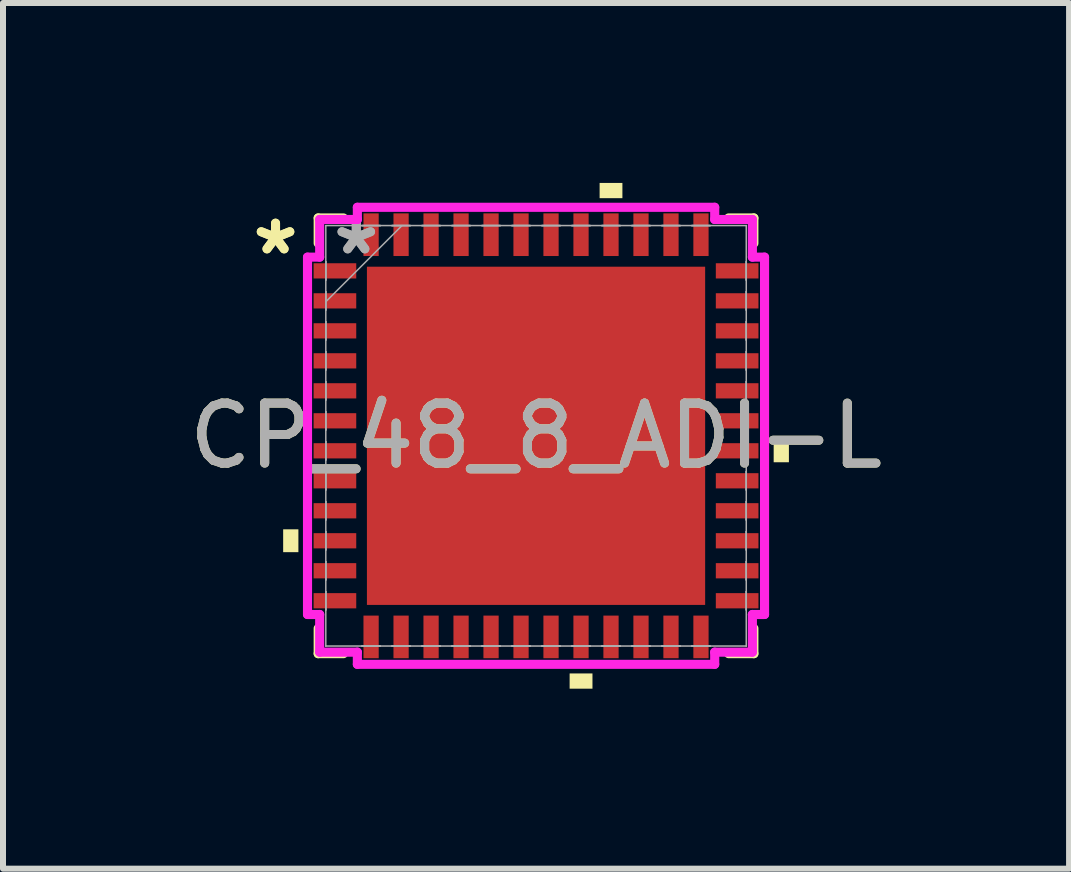
<source format=kicad_pcb>
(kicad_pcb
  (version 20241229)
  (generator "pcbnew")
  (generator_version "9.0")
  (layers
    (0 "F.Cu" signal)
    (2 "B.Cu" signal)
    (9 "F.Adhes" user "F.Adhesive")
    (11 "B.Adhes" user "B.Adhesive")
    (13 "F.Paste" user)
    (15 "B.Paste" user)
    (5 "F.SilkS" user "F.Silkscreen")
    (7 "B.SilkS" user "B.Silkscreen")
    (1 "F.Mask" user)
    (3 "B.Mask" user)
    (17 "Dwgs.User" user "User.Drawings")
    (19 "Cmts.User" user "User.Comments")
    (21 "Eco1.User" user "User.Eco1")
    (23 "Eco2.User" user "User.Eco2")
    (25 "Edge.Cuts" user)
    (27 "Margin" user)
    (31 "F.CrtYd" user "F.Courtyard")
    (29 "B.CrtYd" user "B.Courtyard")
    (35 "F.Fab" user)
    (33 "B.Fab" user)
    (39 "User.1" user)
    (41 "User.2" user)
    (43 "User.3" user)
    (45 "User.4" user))
  (footprint "CP_48_8_ADI-L"
    (layer "F.Cu")
    (at 5.887 4.216)
    (property "Reference" "CP_48_8_ADI-L" (at 0 0 0) (unlocked yes) (layer "F.SilkS") (effects (font (size 1 1) (thickness 0.15))))
    (attr smd)
    (fp_line (start -3.632 -3.632) (end -3.632 -3.21) (stroke (width 0.152) (type solid)) (layer "F.SilkS"))
    (fp_line (start -3.632 3.21) (end -3.632 3.632) (stroke (width 0.152) (type solid)) (layer "F.SilkS"))
    (fp_line (start -3.632 3.632) (end -3.21 3.632) (stroke (width 0.152) (type solid)) (layer "F.SilkS"))
    (fp_line (start -3.21 -3.632) (end -3.632 -3.632) (stroke (width 0.152) (type solid)) (layer "F.SilkS"))
    (fp_line (start 3.21 3.632) (end 3.632 3.632) (stroke (width 0.152) (type solid)) (layer "F.SilkS"))
    (fp_line (start 3.632 -3.632) (end 3.21 -3.632) (stroke (width 0.152) (type solid)) (layer "F.SilkS"))
    (fp_line (start 3.632 -3.21) (end 3.632 -3.632) (stroke (width 0.152) (type solid)) (layer "F.SilkS"))
    (fp_line (start 3.632 3.632) (end 3.632 3.21) (stroke (width 0.152) (type solid)) (layer "F.SilkS"))
    (fp_poly (pts (xy -4.216 1.559) (xy -4.216 1.94) (xy -3.962 1.94) (xy -3.962 1.559)) (stroke (width 0) (type solid)) (fill yes) (layer "F.SilkS"))
    (fp_poly (pts (xy 0.56 3.962) (xy 0.56 4.216) (xy 0.941 4.216) (xy 0.941 3.962)) (stroke (width 0) (type solid)) (fill yes) (layer "F.SilkS"))
    (fp_poly (pts (xy 1.06 -3.962) (xy 1.06 -4.216) (xy 1.44 -4.216) (xy 1.44 -3.962)) (stroke (width 0) (type solid)) (fill yes) (layer "F.SilkS"))
    (fp_poly (pts (xy 4.216 0.059) (xy 4.216 0.441) (xy 3.962 0.441) (xy 3.962 0.059)) (stroke (width 0) (type solid)) (fill yes) (layer "F.SilkS"))
    (fp_poly (pts (xy -2.719 -2.719) (xy -2.719 -1.51) (xy -1.51 -1.51) (xy -1.51 -2.719)) (stroke (width 0) (type solid)) (fill yes) (layer "F.Paste"))
    (fp_poly (pts (xy -2.719 -1.31) (xy -2.719 -0.1) (xy -1.51 -0.1) (xy -1.51 -1.31)) (stroke (width 0) (type solid)) (fill yes) (layer "F.Paste"))
    (fp_poly (pts (xy -2.719 0.1) (xy -2.719 1.31) (xy -1.51 1.31) (xy -1.51 0.1)) (stroke (width 0) (type solid)) (fill yes) (layer "F.Paste"))
    (fp_poly (pts (xy -2.719 1.51) (xy -2.719 2.719) (xy -1.51 2.719) (xy -1.51 1.51)) (stroke (width 0) (type solid)) (fill yes) (layer "F.Paste"))
    (fp_poly (pts (xy -1.31 -2.719) (xy -1.31 -1.51) (xy -0.1 -1.51) (xy -0.1 -2.719)) (stroke (width 0) (type solid)) (fill yes) (layer "F.Paste"))
    (fp_poly (pts (xy -1.31 -1.31) (xy -1.31 -0.1) (xy -0.1 -0.1) (xy -0.1 -1.31)) (stroke (width 0) (type solid)) (fill yes) (layer "F.Paste"))
    (fp_poly (pts (xy -1.31 0.1) (xy -1.31 1.31) (xy -0.1 1.31) (xy -0.1 0.1)) (stroke (width 0) (type solid)) (fill yes) (layer "F.Paste"))
    (fp_poly (pts (xy -1.31 1.51) (xy -1.31 2.719) (xy -0.1 2.719) (xy -0.1 1.51)) (stroke (width 0) (type solid)) (fill yes) (layer "F.Paste"))
    (fp_poly (pts (xy 0.1 -2.719) (xy 0.1 -1.51) (xy 1.31 -1.51) (xy 1.31 -2.719)) (stroke (width 0) (type solid)) (fill yes) (layer "F.Paste"))
    (fp_poly (pts (xy 0.1 -1.31) (xy 0.1 -0.1) (xy 1.31 -0.1) (xy 1.31 -1.31)) (stroke (width 0) (type solid)) (fill yes) (layer "F.Paste"))
    (fp_poly (pts (xy 0.1 0.1) (xy 0.1 1.31) (xy 1.31 1.31) (xy 1.31 0.1)) (stroke (width 0) (type solid)) (fill yes) (layer "F.Paste"))
    (fp_poly (pts (xy 0.1 1.51) (xy 0.1 2.719) (xy 1.31 2.719) (xy 1.31 1.51)) (stroke (width 0) (type solid)) (fill yes) (layer "F.Paste"))
    (fp_poly (pts (xy 1.51 -2.719) (xy 1.51 -1.51) (xy 2.719 -1.51) (xy 2.719 -2.719)) (stroke (width 0) (type solid)) (fill yes) (layer "F.Paste"))
    (fp_poly (pts (xy 1.51 -1.31) (xy 1.51 -0.1) (xy 2.719 -0.1) (xy 2.719 -1.31)) (stroke (width 0) (type solid)) (fill yes) (layer "F.Paste"))
    (fp_poly (pts (xy 1.51 0.1) (xy 1.51 1.31) (xy 2.719 1.31) (xy 2.719 0.1)) (stroke (width 0) (type solid)) (fill yes) (layer "F.Paste"))
    (fp_poly (pts (xy 1.51 1.51) (xy 1.51 2.719) (xy 2.719 2.719) (xy 2.719 1.51)) (stroke (width 0) (type solid)) (fill yes) (layer "F.Paste"))
    (fp_line (start -3.81 -2.979) (end -3.607 -2.979) (stroke (width 0.152) (type solid)) (layer "F.CrtYd"))
    (fp_line (start -3.81 2.979) (end -3.81 -2.979) (stroke (width 0.152) (type solid)) (layer "F.CrtYd"))
    (fp_line (start -3.607 -3.607) (end -2.979 -3.607) (stroke (width 0.152) (type solid)) (layer "F.CrtYd"))
    (fp_line (start -3.607 -2.979) (end -3.607 -3.607) (stroke (width 0.152) (type solid)) (layer "F.CrtYd"))
    (fp_line (start -3.607 2.979) (end -3.81 2.979) (stroke (width 0.152) (type solid)) (layer "F.CrtYd"))
    (fp_line (start -3.607 3.607) (end -3.607 2.979) (stroke (width 0.152) (type solid)) (layer "F.CrtYd"))
    (fp_line (start -2.979 -3.81) (end 2.979 -3.81) (stroke (width 0.152) (type solid)) (layer "F.CrtYd"))
    (fp_line (start -2.979 -3.607) (end -2.979 -3.81) (stroke (width 0.152) (type solid)) (layer "F.CrtYd"))
    (fp_line (start -2.979 3.607) (end -3.607 3.607) (stroke (width 0.152) (type solid)) (layer "F.CrtYd"))
    (fp_line (start -2.979 3.81) (end -2.979 3.607) (stroke (width 0.152) (type solid)) (layer "F.CrtYd"))
    (fp_line (start 2.979 -3.81) (end 2.979 -3.607) (stroke (width 0.152) (type solid)) (layer "F.CrtYd"))
    (fp_line (start 2.979 -3.607) (end 3.607 -3.607) (stroke (width 0.152) (type solid)) (layer "F.CrtYd"))
    (fp_line (start 2.979 3.607) (end 2.979 3.81) (stroke (width 0.152) (type solid)) (layer "F.CrtYd"))
    (fp_line (start 2.979 3.81) (end -2.979 3.81) (stroke (width 0.152) (type solid)) (layer "F.CrtYd"))
    (fp_line (start 3.607 -3.607) (end 3.607 -2.979) (stroke (width 0.152) (type solid)) (layer "F.CrtYd"))
    (fp_line (start 3.607 -2.979) (end 3.81 -2.979) (stroke (width 0.152) (type solid)) (layer "F.CrtYd"))
    (fp_line (start 3.607 2.979) (end 3.607 3.607) (stroke (width 0.152) (type solid)) (layer "F.CrtYd"))
    (fp_line (start 3.607 3.607) (end 2.979 3.607) (stroke (width 0.152) (type solid)) (layer "F.CrtYd"))
    (fp_line (start 3.81 -2.979) (end 3.81 2.979) (stroke (width 0.152) (type solid)) (layer "F.CrtYd"))
    (fp_line (start 3.81 2.979) (end 3.607 2.979) (stroke (width 0.152) (type solid)) (layer "F.CrtYd"))
    (fp_line (start -3.505 -3.505) (end -3.505 -3.505) (stroke (width 0.025) (type solid)) (layer "F.Fab"))
    (fp_line (start -3.505 -3.505) (end -3.505 3.505) (stroke (width 0.025) (type solid)) (layer "F.Fab"))
    (fp_line (start -3.505 -2.902) (end -3.505 -2.902) (stroke (width 0.025) (type solid)) (layer "F.Fab"))
    (fp_line (start -3.505 -2.902) (end -3.505 -2.598) (stroke (width 0.025) (type solid)) (layer "F.Fab"))
    (fp_line (start -3.505 -2.598) (end -3.505 -2.902) (stroke (width 0.025) (type solid)) (layer "F.Fab"))
    (fp_line (start -3.505 -2.598) (end -3.505 -2.598) (stroke (width 0.025) (type solid)) (layer "F.Fab"))
    (fp_line (start -3.505 -2.402) (end -3.505 -2.402) (stroke (width 0.025) (type solid)) (layer "F.Fab"))
    (fp_line (start -3.505 -2.402) (end -3.505 -2.098) (stroke (width 0.025) (type solid)) (layer "F.Fab"))
    (fp_line (start -3.505 -2.235) (end -2.235 -3.505) (stroke (width 0.025) (type solid)) (layer "F.Fab"))
    (fp_line (start -3.505 -2.098) (end -3.505 -2.402) (stroke (width 0.025) (type solid)) (layer "F.Fab"))
    (fp_line (start -3.505 -2.098) (end -3.505 -2.098) (stroke (width 0.025) (type solid)) (layer "F.Fab"))
    (fp_line (start -3.505 -1.902) (end -3.505 -1.902) (stroke (width 0.025) (type solid)) (layer "F.Fab"))
    (fp_line (start -3.505 -1.902) (end -3.505 -1.598) (stroke (width 0.025) (type solid)) (layer "F.Fab"))
    (fp_line (start -3.505 -1.598) (end -3.505 -1.902) (stroke (width 0.025) (type solid)) (layer "F.Fab"))
    (fp_line (start -3.505 -1.598) (end -3.505 -1.598) (stroke (width 0.025) (type solid)) (layer "F.Fab"))
    (fp_line (start -3.505 -1.402) (end -3.505 -1.402) (stroke (width 0.025) (type solid)) (layer "F.Fab"))
    (fp_line (start -3.505 -1.402) (end -3.505 -1.098) (stroke (width 0.025) (type solid)) (layer "F.Fab"))
    (fp_line (start -3.505 -1.098) (end -3.505 -1.402) (stroke (width 0.025) (type solid)) (layer "F.Fab"))
    (fp_line (start -3.505 -1.098) (end -3.505 -1.098) (stroke (width 0.025) (type solid)) (layer "F.Fab"))
    (fp_line (start -3.505 -0.902) (end -3.505 -0.902) (stroke (width 0.025) (type solid)) (layer "F.Fab"))
    (fp_line (start -3.505 -0.902) (end -3.505 -0.598) (stroke (width 0.025) (type solid)) (layer "F.Fab"))
    (fp_line (start -3.505 -0.598) (end -3.505 -0.902) (stroke (width 0.025) (type solid)) (layer "F.Fab"))
    (fp_line (start -3.505 -0.598) (end -3.505 -0.598) (stroke (width 0.025) (type solid)) (layer "F.Fab"))
    (fp_line (start -3.505 -0.402) (end -3.505 -0.402) (stroke (width 0.025) (type solid)) (layer "F.Fab"))
    (fp_line (start -3.505 -0.402) (end -3.505 -0.098) (stroke (width 0.025) (type solid)) (layer "F.Fab"))
    (fp_line (start -3.505 -0.098) (end -3.505 -0.402) (stroke (width 0.025) (type solid)) (layer "F.Fab"))
    (fp_line (start -3.505 -0.098) (end -3.505 -0.098) (stroke (width 0.025) (type solid)) (layer "F.Fab"))
    (fp_line (start -3.505 0.098) (end -3.505 0.098) (stroke (width 0.025) (type solid)) (layer "F.Fab"))
    (fp_line (start -3.505 0.098) (end -3.505 0.402) (stroke (width 0.025) (type solid)) (layer "F.Fab"))
    (fp_line (start -3.505 0.402) (end -3.505 0.098) (stroke (width 0.025) (type solid)) (layer "F.Fab"))
    (fp_line (start -3.505 0.402) (end -3.505 0.402) (stroke (width 0.025) (type solid)) (layer "F.Fab"))
    (fp_line (start -3.505 0.598) (end -3.505 0.598) (stroke (width 0.025) (type solid)) (layer "F.Fab"))
    (fp_line (start -3.505 0.598) (end -3.505 0.902) (stroke (width 0.025) (type solid)) (layer "F.Fab"))
    (fp_line (start -3.505 0.902) (end -3.505 0.598) (stroke (width 0.025) (type solid)) (layer "F.Fab"))
    (fp_line (start -3.505 0.902) (end -3.505 0.902) (stroke (width 0.025) (type solid)) (layer "F.Fab"))
    (fp_line (start -3.505 1.098) (end -3.505 1.098) (stroke (width 0.025) (type solid)) (layer "F.Fab"))
    (fp_line (start -3.505 1.098) (end -3.505 1.402) (stroke (width 0.025) (type solid)) (layer "F.Fab"))
    (fp_line (start -3.505 1.402) (end -3.505 1.098) (stroke (width 0.025) (type solid)) (layer "F.Fab"))
    (fp_line (start -3.505 1.402) (end -3.505 1.402) (stroke (width 0.025) (type solid)) (layer "F.Fab"))
    (fp_line (start -3.505 1.598) (end -3.505 1.598) (stroke (width 0.025) (type solid)) (layer "F.Fab"))
    (fp_line (start -3.505 1.598) (end -3.505 1.902) (stroke (width 0.025) (type solid)) (layer "F.Fab"))
    (fp_line (start -3.505 1.902) (end -3.505 1.598) (stroke (width 0.025) (type solid)) (layer "F.Fab"))
    (fp_line (start -3.505 1.902) (end -3.505 1.902) (stroke (width 0.025) (type solid)) (layer "F.Fab"))
    (fp_line (start -3.505 2.098) (end -3.505 2.098) (stroke (width 0.025) (type solid)) (layer "F.Fab"))
    (fp_line (start -3.505 2.098) (end -3.505 2.402) (stroke (width 0.025) (type solid)) (layer "F.Fab"))
    (fp_line (start -3.505 2.402) (end -3.505 2.098) (stroke (width 0.025) (type solid)) (layer "F.Fab"))
    (fp_line (start -3.505 2.402) (end -3.505 2.402) (stroke (width 0.025) (type solid)) (layer "F.Fab"))
    (fp_line (start -3.505 2.598) (end -3.505 2.598) (stroke (width 0.025) (type solid)) (layer "F.Fab"))
    (fp_line (start -3.505 2.598) (end -3.505 2.902) (stroke (width 0.025) (type solid)) (layer "F.Fab"))
    (fp_line (start -3.505 2.902) (end -3.505 2.598) (stroke (width 0.025) (type solid)) (layer "F.Fab"))
    (fp_line (start -3.505 2.902) (end -3.505 2.902) (stroke (width 0.025) (type solid)) (layer "F.Fab"))
    (fp_line (start -3.505 3.505) (end -3.505 3.505) (stroke (width 0.025) (type solid)) (layer "F.Fab"))
    (fp_line (start -3.505 3.505) (end 3.505 3.505) (stroke (width 0.025) (type solid)) (layer "F.Fab"))
    (fp_line (start -2.902 -3.505) (end -2.902 -3.505) (stroke (width 0.025) (type solid)) (layer "F.Fab"))
    (fp_line (start -2.902 -3.505) (end -2.598 -3.505) (stroke (width 0.025) (type solid)) (layer "F.Fab"))
    (fp_line (start -2.902 3.505) (end -2.902 3.505) (stroke (width 0.025) (type solid)) (layer "F.Fab"))
    (fp_line (start -2.902 3.505) (end -2.598 3.505) (stroke (width 0.025) (type solid)) (layer "F.Fab"))
    (fp_line (start -2.598 -3.505) (end -2.902 -3.505) (stroke (width 0.025) (type solid)) (layer "F.Fab"))
    (fp_line (start -2.598 -3.505) (end -2.598 -3.505) (stroke (width 0.025) (type solid)) (layer "F.Fab"))
    (fp_line (start -2.598 3.505) (end -2.902 3.505) (stroke (width 0.025) (type solid)) (layer "F.Fab"))
    (fp_line (start -2.598 3.505) (end -2.598 3.505) (stroke (width 0.025) (type solid)) (layer "F.Fab"))
    (fp_line (start -2.402 -3.505) (end -2.402 -3.505) (stroke (width 0.025) (type solid)) (layer "F.Fab"))
    (fp_line (start -2.402 -3.505) (end -2.098 -3.505) (stroke (width 0.025) (type solid)) (layer "F.Fab"))
    (fp_line (start -2.402 3.505) (end -2.402 3.505) (stroke (width 0.025) (type solid)) (layer "F.Fab"))
    (fp_line (start -2.402 3.505) (end -2.098 3.505) (stroke (width 0.025) (type solid)) (layer "F.Fab"))
    (fp_line (start -2.098 -3.505) (end -2.402 -3.505) (stroke (width 0.025) (type solid)) (layer "F.Fab"))
    (fp_line (start -2.098 -3.505) (end -2.098 -3.505) (stroke (width 0.025) (type solid)) (layer "F.Fab"))
    (fp_line (start -2.098 3.505) (end -2.402 3.505) (stroke (width 0.025) (type solid)) (layer "F.Fab"))
    (fp_line (start -2.098 3.505) (end -2.098 3.505) (stroke (width 0.025) (type solid)) (layer "F.Fab"))
    (fp_line (start -1.902 -3.505) (end -1.902 -3.505) (stroke (width 0.025) (type solid)) (layer "F.Fab"))
    (fp_line (start -1.902 -3.505) (end -1.598 -3.505) (stroke (width 0.025) (type solid)) (layer "F.Fab"))
    (fp_line (start -1.902 3.505) (end -1.902 3.505) (stroke (width 0.025) (type solid)) (layer "F.Fab"))
    (fp_line (start -1.902 3.505) (end -1.598 3.505) (stroke (width 0.025) (type solid)) (layer "F.Fab"))
    (fp_line (start -1.598 -3.505) (end -1.902 -3.505) (stroke (width 0.025) (type solid)) (layer "F.Fab"))
    (fp_line (start -1.598 -3.505) (end -1.598 -3.505) (stroke (width 0.025) (type solid)) (layer "F.Fab"))
    (fp_line (start -1.598 3.505) (end -1.902 3.505) (stroke (width 0.025) (type solid)) (layer "F.Fab"))
    (fp_line (start -1.598 3.505) (end -1.598 3.505) (stroke (width 0.025) (type solid)) (layer "F.Fab"))
    (fp_line (start -1.402 -3.505) (end -1.402 -3.505) (stroke (width 0.025) (type solid)) (layer "F.Fab"))
    (fp_line (start -1.402 -3.505) (end -1.098 -3.505) (stroke (width 0.025) (type solid)) (layer "F.Fab"))
    (fp_line (start -1.402 3.505) (end -1.402 3.505) (stroke (width 0.025) (type solid)) (layer "F.Fab"))
    (fp_line (start -1.402 3.505) (end -1.098 3.505) (stroke (width 0.025) (type solid)) (layer "F.Fab"))
    (fp_line (start -1.098 -3.505) (end -1.402 -3.505) (stroke (width 0.025) (type solid)) (layer "F.Fab"))
    (fp_line (start -1.098 -3.505) (end -1.098 -3.505) (stroke (width 0.025) (type solid)) (layer "F.Fab"))
    (fp_line (start -1.098 3.505) (end -1.402 3.505) (stroke (width 0.025) (type solid)) (layer "F.Fab"))
    (fp_line (start -1.098 3.505) (end -1.098 3.505) (stroke (width 0.025) (type solid)) (layer "F.Fab"))
    (fp_line (start -0.902 -3.505) (end -0.902 -3.505) (stroke (width 0.025) (type solid)) (layer "F.Fab"))
    (fp_line (start -0.902 -3.505) (end -0.598 -3.505) (stroke (width 0.025) (type solid)) (layer "F.Fab"))
    (fp_line (start -0.902 3.505) (end -0.902 3.505) (stroke (width 0.025) (type solid)) (layer "F.Fab"))
    (fp_line (start -0.902 3.505) (end -0.598 3.505) (stroke (width 0.025) (type solid)) (layer "F.Fab"))
    (fp_line (start -0.598 -3.505) (end -0.902 -3.505) (stroke (width 0.025) (type solid)) (layer "F.Fab"))
    (fp_line (start -0.598 -3.505) (end -0.598 -3.505) (stroke (width 0.025) (type solid)) (layer "F.Fab"))
    (fp_line (start -0.598 3.505) (end -0.902 3.505) (stroke (width 0.025) (type solid)) (layer "F.Fab"))
    (fp_line (start -0.598 3.505) (end -0.598 3.505) (stroke (width 0.025) (type solid)) (layer "F.Fab"))
    (fp_line (start -0.402 -3.505) (end -0.402 -3.505) (stroke (width 0.025) (type solid)) (layer "F.Fab"))
    (fp_line (start -0.402 -3.505) (end -0.098 -3.505) (stroke (width 0.025) (type solid)) (layer "F.Fab"))
    (fp_line (start -0.402 3.505) (end -0.402 3.505) (stroke (width 0.025) (type solid)) (layer "F.Fab"))
    (fp_line (start -0.402 3.505) (end -0.098 3.505) (stroke (width 0.025) (type solid)) (layer "F.Fab"))
    (fp_line (start -0.098 -3.505) (end -0.402 -3.505) (stroke (width 0.025) (type solid)) (layer "F.Fab"))
    (fp_line (start -0.098 -3.505) (end -0.098 -3.505) (stroke (width 0.025) (type solid)) (layer "F.Fab"))
    (fp_line (start -0.098 3.505) (end -0.402 3.505) (stroke (width 0.025) (type solid)) (layer "F.Fab"))
    (fp_line (start -0.098 3.505) (end -0.098 3.505) (stroke (width 0.025) (type solid)) (layer "F.Fab"))
    (fp_line (start 0.098 -3.505) (end 0.098 -3.505) (stroke (width 0.025) (type solid)) (layer "F.Fab"))
    (fp_line (start 0.098 -3.505) (end 0.402 -3.505) (stroke (width 0.025) (type solid)) (layer "F.Fab"))
    (fp_line (start 0.098 3.505) (end 0.098 3.505) (stroke (width 0.025) (type solid)) (layer "F.Fab"))
    (fp_line (start 0.098 3.505) (end 0.402 3.505) (stroke (width 0.025) (type solid)) (layer "F.Fab"))
    (fp_line (start 0.402 -3.505) (end 0.098 -3.505) (stroke (width 0.025) (type solid)) (layer "F.Fab"))
    (fp_line (start 0.402 -3.505) (end 0.402 -3.505) (stroke (width 0.025) (type solid)) (layer "F.Fab"))
    (fp_line (start 0.402 3.505) (end 0.098 3.505) (stroke (width 0.025) (type solid)) (layer "F.Fab"))
    (fp_line (start 0.402 3.505) (end 0.402 3.505) (stroke (width 0.025) (type solid)) (layer "F.Fab"))
    (fp_line (start 0.598 -3.505) (end 0.598 -3.505) (stroke (width 0.025) (type solid)) (layer "F.Fab"))
    (fp_line (start 0.598 -3.505) (end 0.902 -3.505) (stroke (width 0.025) (type solid)) (layer "F.Fab"))
    (fp_line (start 0.598 3.505) (end 0.598 3.505) (stroke (width 0.025) (type solid)) (layer "F.Fab"))
    (fp_line (start 0.598 3.505) (end 0.902 3.505) (stroke (width 0.025) (type solid)) (layer "F.Fab"))
    (fp_line (start 0.902 -3.505) (end 0.598 -3.505) (stroke (width 0.025) (type solid)) (layer "F.Fab"))
    (fp_line (start 0.902 -3.505) (end 0.902 -3.505) (stroke (width 0.025) (type solid)) (layer "F.Fab"))
    (fp_line (start 0.902 3.505) (end 0.598 3.505) (stroke (width 0.025) (type solid)) (layer "F.Fab"))
    (fp_line (start 0.902 3.505) (end 0.902 3.505) (stroke (width 0.025) (type solid)) (layer "F.Fab"))
    (fp_line (start 1.098 -3.505) (end 1.098 -3.505) (stroke (width 0.025) (type solid)) (layer "F.Fab"))
    (fp_line (start 1.098 -3.505) (end 1.402 -3.505) (stroke (width 0.025) (type solid)) (layer "F.Fab"))
    (fp_line (start 1.098 3.505) (end 1.098 3.505) (stroke (width 0.025) (type solid)) (layer "F.Fab"))
    (fp_line (start 1.098 3.505) (end 1.402 3.505) (stroke (width 0.025) (type solid)) (layer "F.Fab"))
    (fp_line (start 1.402 -3.505) (end 1.098 -3.505) (stroke (width 0.025) (type solid)) (layer "F.Fab"))
    (fp_line (start 1.402 -3.505) (end 1.402 -3.505) (stroke (width 0.025) (type solid)) (layer "F.Fab"))
    (fp_line (start 1.402 3.505) (end 1.098 3.505) (stroke (width 0.025) (type solid)) (layer "F.Fab"))
    (fp_line (start 1.402 3.505) (end 1.402 3.505) (stroke (width 0.025) (type solid)) (layer "F.Fab"))
    (fp_line (start 1.598 -3.505) (end 1.598 -3.505) (stroke (width 0.025) (type solid)) (layer "F.Fab"))
    (fp_line (start 1.598 -3.505) (end 1.902 -3.505) (stroke (width 0.025) (type solid)) (layer "F.Fab"))
    (fp_line (start 1.598 3.505) (end 1.598 3.505) (stroke (width 0.025) (type solid)) (layer "F.Fab"))
    (fp_line (start 1.598 3.505) (end 1.902 3.505) (stroke (width 0.025) (type solid)) (layer "F.Fab"))
    (fp_line (start 1.902 -3.505) (end 1.598 -3.505) (stroke (width 0.025) (type solid)) (layer "F.Fab"))
    (fp_line (start 1.902 -3.505) (end 1.902 -3.505) (stroke (width 0.025) (type solid)) (layer "F.Fab"))
    (fp_line (start 1.902 3.505) (end 1.598 3.505) (stroke (width 0.025) (type solid)) (layer "F.Fab"))
    (fp_line (start 1.902 3.505) (end 1.902 3.505) (stroke (width 0.025) (type solid)) (layer "F.Fab"))
    (fp_line (start 2.098 -3.505) (end 2.098 -3.505) (stroke (width 0.025) (type solid)) (layer "F.Fab"))
    (fp_line (start 2.098 -3.505) (end 2.402 -3.505) (stroke (width 0.025) (type solid)) (layer "F.Fab"))
    (fp_line (start 2.098 3.505) (end 2.098 3.505) (stroke (width 0.025) (type solid)) (layer "F.Fab"))
    (fp_line (start 2.098 3.505) (end 2.402 3.505) (stroke (width 0.025) (type solid)) (layer "F.Fab"))
    (fp_line (start 2.402 -3.505) (end 2.098 -3.505) (stroke (width 0.025) (type solid)) (layer "F.Fab"))
    (fp_line (start 2.402 -3.505) (end 2.402 -3.505) (stroke (width 0.025) (type solid)) (layer "F.Fab"))
    (fp_line (start 2.402 3.505) (end 2.098 3.505) (stroke (width 0.025) (type solid)) (layer "F.Fab"))
    (fp_line (start 2.402 3.505) (end 2.402 3.505) (stroke (width 0.025) (type solid)) (layer "F.Fab"))
    (fp_line (start 2.598 -3.505) (end 2.598 -3.505) (stroke (width 0.025) (type solid)) (layer "F.Fab"))
    (fp_line (start 2.598 -3.505) (end 2.902 -3.505) (stroke (width 0.025) (type solid)) (layer "F.Fab"))
    (fp_line (start 2.598 3.505) (end 2.598 3.505) (stroke (width 0.025) (type solid)) (layer "F.Fab"))
    (fp_line (start 2.598 3.505) (end 2.902 3.505) (stroke (width 0.025) (type solid)) (layer "F.Fab"))
    (fp_line (start 2.902 -3.505) (end 2.598 -3.505) (stroke (width 0.025) (type solid)) (layer "F.Fab"))
    (fp_line (start 2.902 -3.505) (end 2.902 -3.505) (stroke (width 0.025) (type solid)) (layer "F.Fab"))
    (fp_line (start 2.902 3.505) (end 2.598 3.505) (stroke (width 0.025) (type solid)) (layer "F.Fab"))
    (fp_line (start 2.902 3.505) (end 2.902 3.505) (stroke (width 0.025) (type solid)) (layer "F.Fab"))
    (fp_line (start 3.505 -3.505) (end -3.505 -3.505) (stroke (width 0.025) (type solid)) (layer "F.Fab"))
    (fp_line (start 3.505 -3.505) (end 3.505 -3.505) (stroke (width 0.025) (type solid)) (layer "F.Fab"))
    (fp_line (start 3.505 -2.902) (end 3.505 -2.902) (stroke (width 0.025) (type solid)) (layer "F.Fab"))
    (fp_line (start 3.505 -2.902) (end 3.505 -2.598) (stroke (width 0.025) (type solid)) (layer "F.Fab"))
    (fp_line (start 3.505 -2.598) (end 3.505 -2.902) (stroke (width 0.025) (type solid)) (layer "F.Fab"))
    (fp_line (start 3.505 -2.598) (end 3.505 -2.598) (stroke (width 0.025) (type solid)) (layer "F.Fab"))
    (fp_line (start 3.505 -2.402) (end 3.505 -2.402) (stroke (width 0.025) (type solid)) (layer "F.Fab"))
    (fp_line (start 3.505 -2.402) (end 3.505 -2.098) (stroke (width 0.025) (type solid)) (layer "F.Fab"))
    (fp_line (start 3.505 -2.098) (end 3.505 -2.402) (stroke (width 0.025) (type solid)) (layer "F.Fab"))
    (fp_line (start 3.505 -2.098) (end 3.505 -2.098) (stroke (width 0.025) (type solid)) (layer "F.Fab"))
    (fp_line (start 3.505 -1.902) (end 3.505 -1.902) (stroke (width 0.025) (type solid)) (layer "F.Fab"))
    (fp_line (start 3.505 -1.902) (end 3.505 -1.598) (stroke (width 0.025) (type solid)) (layer "F.Fab"))
    (fp_line (start 3.505 -1.598) (end 3.505 -1.902) (stroke (width 0.025) (type solid)) (layer "F.Fab"))
    (fp_line (start 3.505 -1.598) (end 3.505 -1.598) (stroke (width 0.025) (type solid)) (layer "F.Fab"))
    (fp_line (start 3.505 -1.402) (end 3.505 -1.402) (stroke (width 0.025) (type solid)) (layer "F.Fab"))
    (fp_line (start 3.505 -1.402) (end 3.505 -1.098) (stroke (width 0.025) (type solid)) (layer "F.Fab"))
    (fp_line (start 3.505 -1.098) (end 3.505 -1.402) (stroke (width 0.025) (type solid)) (layer "F.Fab"))
    (fp_line (start 3.505 -1.098) (end 3.505 -1.098) (stroke (width 0.025) (type solid)) (layer "F.Fab"))
    (fp_line (start 3.505 -0.902) (end 3.505 -0.902) (stroke (width 0.025) (type solid)) (layer "F.Fab"))
    (fp_line (start 3.505 -0.902) (end 3.505 -0.598) (stroke (width 0.025) (type solid)) (layer "F.Fab"))
    (fp_line (start 3.505 -0.598) (end 3.505 -0.902) (stroke (width 0.025) (type solid)) (layer "F.Fab"))
    (fp_line (start 3.505 -0.598) (end 3.505 -0.598) (stroke (width 0.025) (type solid)) (layer "F.Fab"))
    (fp_line (start 3.505 -0.402) (end 3.505 -0.402) (stroke (width 0.025) (type solid)) (layer "F.Fab"))
    (fp_line (start 3.505 -0.402) (end 3.505 -0.098) (stroke (width 0.025) (type solid)) (layer "F.Fab"))
    (fp_line (start 3.505 -0.098) (end 3.505 -0.402) (stroke (width 0.025) (type solid)) (layer "F.Fab"))
    (fp_line (start 3.505 -0.098) (end 3.505 -0.098) (stroke (width 0.025) (type solid)) (layer "F.Fab"))
    (fp_line (start 3.505 0.098) (end 3.505 0.098) (stroke (width 0.025) (type solid)) (layer "F.Fab"))
    (fp_line (start 3.505 0.098) (end 3.505 0.402) (stroke (width 0.025) (type solid)) (layer "F.Fab"))
    (fp_line (start 3.505 0.402) (end 3.505 0.098) (stroke (width 0.025) (type solid)) (layer "F.Fab"))
    (fp_line (start 3.505 0.402) (end 3.505 0.402) (stroke (width 0.025) (type solid)) (layer "F.Fab"))
    (fp_line (start 3.505 0.598) (end 3.505 0.598) (stroke (width 0.025) (type solid)) (layer "F.Fab"))
    (fp_line (start 3.505 0.598) (end 3.505 0.902) (stroke (width 0.025) (type solid)) (layer "F.Fab"))
    (fp_line (start 3.505 0.902) (end 3.505 0.598) (stroke (width 0.025) (type solid)) (layer "F.Fab"))
    (fp_line (start 3.505 0.902) (end 3.505 0.902) (stroke (width 0.025) (type solid)) (layer "F.Fab"))
    (fp_line (start 3.505 1.098) (end 3.505 1.098) (stroke (width 0.025) (type solid)) (layer "F.Fab"))
    (fp_line (start 3.505 1.098) (end 3.505 1.402) (stroke (width 0.025) (type solid)) (layer "F.Fab"))
    (fp_line (start 3.505 1.402) (end 3.505 1.098) (stroke (width 0.025) (type solid)) (layer "F.Fab"))
    (fp_line (start 3.505 1.402) (end 3.505 1.402) (stroke (width 0.025) (type solid)) (layer "F.Fab"))
    (fp_line (start 3.505 1.598) (end 3.505 1.598) (stroke (width 0.025) (type solid)) (layer "F.Fab"))
    (fp_line (start 3.505 1.598) (end 3.505 1.902) (stroke (width 0.025) (type solid)) (layer "F.Fab"))
    (fp_line (start 3.505 1.902) (end 3.505 1.598) (stroke (width 0.025) (type solid)) (layer "F.Fab"))
    (fp_line (start 3.505 1.902) (end 3.505 1.902) (stroke (width 0.025) (type solid)) (layer "F.Fab"))
    (fp_line (start 3.505 2.098) (end 3.505 2.098) (stroke (width 0.025) (type solid)) (layer "F.Fab"))
    (fp_line (start 3.505 2.098) (end 3.505 2.402) (stroke (width 0.025) (type solid)) (layer "F.Fab"))
    (fp_line (start 3.505 2.402) (end 3.505 2.098) (stroke (width 0.025) (type solid)) (layer "F.Fab"))
    (fp_line (start 3.505 2.402) (end 3.505 2.402) (stroke (width 0.025) (type solid)) (layer "F.Fab"))
    (fp_line (start 3.505 2.598) (end 3.505 2.598) (stroke (width 0.025) (type solid)) (layer "F.Fab"))
    (fp_line (start 3.505 2.598) (end 3.505 2.902) (stroke (width 0.025) (type solid)) (layer "F.Fab"))
    (fp_line (start 3.505 2.902) (end 3.505 2.598) (stroke (width 0.025) (type solid)) (layer "F.Fab"))
    (fp_line (start 3.505 2.902) (end 3.505 2.902) (stroke (width 0.025) (type solid)) (layer "F.Fab"))
    (fp_line (start 3.505 3.505) (end 3.505 -3.505) (stroke (width 0.025) (type solid)) (layer "F.Fab"))
    (fp_line (start 3.505 3.505) (end 3.505 3.505) (stroke (width 0.025) (type solid)) (layer "F.Fab"))
    (fp_text user "*" (at -4.343 -3 0) (unlocked yes) (layer "F.SilkS") (effects (font (size 1 1) (thickness 0.15))))
    (fp_text user "*" (at -4.343 -3 0) (layer "F.SilkS") (effects (font (size 1 1) (thickness 0.15))))
    (fp_text user "${REFERENCE}" (at 0 0 0) (unlocked yes) (layer "F.Fab") (effects (font (size 1 1) (thickness 0.15))))
    (fp_text user "*" (at -2.997 -3 0) (layer "F.Fab") (effects (font (size 1 1) (thickness 0.15))))
    (fp_text user "*" (at -2.997 -3 0) (unlocked yes) (layer "F.Fab") (effects (font (size 1 1) (thickness 0.15))))
    (pad "1" smd rect (at -3.353 -2.75 90) (size 0.254 0.711) (layers "F.Cu" "F.Mask" "F.Paste"))
    (pad "2" smd rect (at -3.353 -2.25 90) (size 0.254 0.711) (layers "F.Cu" "F.Mask" "F.Paste"))
    (pad "3" smd rect (at -3.353 -1.75 90) (size 0.254 0.711) (layers "F.Cu" "F.Mask" "F.Paste"))
    (pad "4" smd rect (at -3.353 -1.25 90) (size 0.254 0.711) (layers "F.Cu" "F.Mask" "F.Paste"))
    (pad "5" smd rect (at -3.353 -0.75 90) (size 0.254 0.711) (layers "F.Cu" "F.Mask" "F.Paste"))
    (pad "6" smd rect (at -3.353 -0.25 90) (size 0.254 0.711) (layers "F.Cu" "F.Mask" "F.Paste"))
    (pad "7" smd rect (at -3.353 0.25 90) (size 0.254 0.711) (layers "F.Cu" "F.Mask" "F.Paste"))
    (pad "8" smd rect (at -3.353 0.75 90) (size 0.254 0.711) (layers "F.Cu" "F.Mask" "F.Paste"))
    (pad "9" smd rect (at -3.353 1.25 90) (size 0.254 0.711) (layers "F.Cu" "F.Mask" "F.Paste"))
    (pad "10" smd rect (at -3.353 1.75 90) (size 0.254 0.711) (layers "F.Cu" "F.Mask" "F.Paste"))
    (pad "11" smd rect (at -3.353 2.25 90) (size 0.254 0.711) (layers "F.Cu" "F.Mask" "F.Paste"))
    (pad "12" smd rect (at -3.353 2.75 90) (size 0.254 0.711) (layers "F.Cu" "F.Mask" "F.Paste"))
    (pad "13" smd rect (at -2.75 3.353) (size 0.254 0.711) (layers "F.Cu" "F.Mask" "F.Paste"))
    (pad "14" smd rect (at -2.25 3.353) (size 0.254 0.711) (layers "F.Cu" "F.Mask" "F.Paste"))
    (pad "15" smd rect (at -1.75 3.353) (size 0.254 0.711) (layers "F.Cu" "F.Mask" "F.Paste"))
    (pad "16" smd rect (at -1.25 3.353) (size 0.254 0.711) (layers "F.Cu" "F.Mask" "F.Paste"))
    (pad "17" smd rect (at -0.75 3.353) (size 0.254 0.711) (layers "F.Cu" "F.Mask" "F.Paste"))
    (pad "18" smd rect (at -0.25 3.353) (size 0.254 0.711) (layers "F.Cu" "F.Mask" "F.Paste"))
    (pad "19" smd rect (at 0.25 3.353) (size 0.254 0.711) (layers "F.Cu" "F.Mask" "F.Paste"))
    (pad "20" smd rect (at 0.75 3.353) (size 0.254 0.711) (layers "F.Cu" "F.Mask" "F.Paste"))
    (pad "21" smd rect (at 1.25 3.353) (size 0.254 0.711) (layers "F.Cu" "F.Mask" "F.Paste"))
    (pad "22" smd rect (at 1.75 3.353) (size 0.254 0.711) (layers "F.Cu" "F.Mask" "F.Paste"))
    (pad "23" smd rect (at 2.25 3.353) (size 0.254 0.711) (layers "F.Cu" "F.Mask" "F.Paste"))
    (pad "24" smd rect (at 2.75 3.353) (size 0.254 0.711) (layers "F.Cu" "F.Mask" "F.Paste"))
    (pad "25" smd rect (at 3.353 2.75 90) (size 0.254 0.711) (layers "F.Cu" "F.Mask" "F.Paste"))
    (pad "26" smd rect (at 3.353 2.25 90) (size 0.254 0.711) (layers "F.Cu" "F.Mask" "F.Paste"))
    (pad "27" smd rect (at 3.353 1.75 90) (size 0.254 0.711) (layers "F.Cu" "F.Mask" "F.Paste"))
    (pad "28" smd rect (at 3.353 1.25 90) (size 0.254 0.711) (layers "F.Cu" "F.Mask" "F.Paste"))
    (pad "29" smd rect (at 3.353 0.75 90) (size 0.254 0.711) (layers "F.Cu" "F.Mask" "F.Paste"))
    (pad "30" smd rect (at 3.353 0.25 90) (size 0.254 0.711) (layers "F.Cu" "F.Mask" "F.Paste"))
    (pad "31" smd rect (at 3.353 -0.25 90) (size 0.254 0.711) (layers "F.Cu" "F.Mask" "F.Paste"))
    (pad "32" smd rect (at 3.353 -0.75 90) (size 0.254 0.711) (layers "F.Cu" "F.Mask" "F.Paste"))
    (pad "33" smd rect (at 3.353 -1.25 90) (size 0.254 0.711) (layers "F.Cu" "F.Mask" "F.Paste"))
    (pad "34" smd rect (at 3.353 -1.75 90) (size 0.254 0.711) (layers "F.Cu" "F.Mask" "F.Paste"))
    (pad "35" smd rect (at 3.353 -2.25 90) (size 0.254 0.711) (layers "F.Cu" "F.Mask" "F.Paste"))
    (pad "36" smd rect (at 3.353 -2.75 90) (size 0.254 0.711) (layers "F.Cu" "F.Mask" "F.Paste"))
    (pad "37" smd rect (at 2.75 -3.353) (size 0.254 0.711) (layers "F.Cu" "F.Mask" "F.Paste"))
    (pad "38" smd rect (at 2.25 -3.353) (size 0.254 0.711) (layers "F.Cu" "F.Mask" "F.Paste"))
    (pad "39" smd rect (at 1.75 -3.353) (size 0.254 0.711) (layers "F.Cu" "F.Mask" "F.Paste"))
    (pad "40" smd rect (at 1.25 -3.353) (size 0.254 0.711) (layers "F.Cu" "F.Mask" "F.Paste"))
    (pad "41" smd rect (at 0.75 -3.353) (size 0.254 0.711) (layers "F.Cu" "F.Mask" "F.Paste"))
    (pad "42" smd rect (at 0.25 -3.353) (size 0.254 0.711) (layers "F.Cu" "F.Mask" "F.Paste"))
    (pad "43" smd rect (at -0.25 -3.353) (size 0.254 0.711) (layers "F.Cu" "F.Mask" "F.Paste"))
    (pad "44" smd rect (at -0.75 -3.353) (size 0.254 0.711) (layers "F.Cu" "F.Mask" "F.Paste"))
    (pad "45" smd rect (at -1.25 -3.353) (size 0.254 0.711) (layers "F.Cu" "F.Mask" "F.Paste"))
    (pad "46" smd rect (at -1.75 -3.353) (size 0.254 0.711) (layers "F.Cu" "F.Mask" "F.Paste"))
    (pad "47" smd rect (at -2.25 -3.353) (size 0.254 0.711) (layers "F.Cu" "F.Mask" "F.Paste"))
    (pad "48" smd rect (at -2.75 -3.353) (size 0.254 0.711) (layers "F.Cu" "F.Mask" "F.Paste"))
    (pad "49" smd rect (at 0 0) (size 5.639 5.639) (layers "F.Cu" "F.Mask" "F.Paste")))
  (gr_rect
    (start -3 -3)
    (end 14.774 11.433)
    (stroke (width 0.1) (type default))
    (fill no)
    (layer "Edge.Cuts")))
</source>
